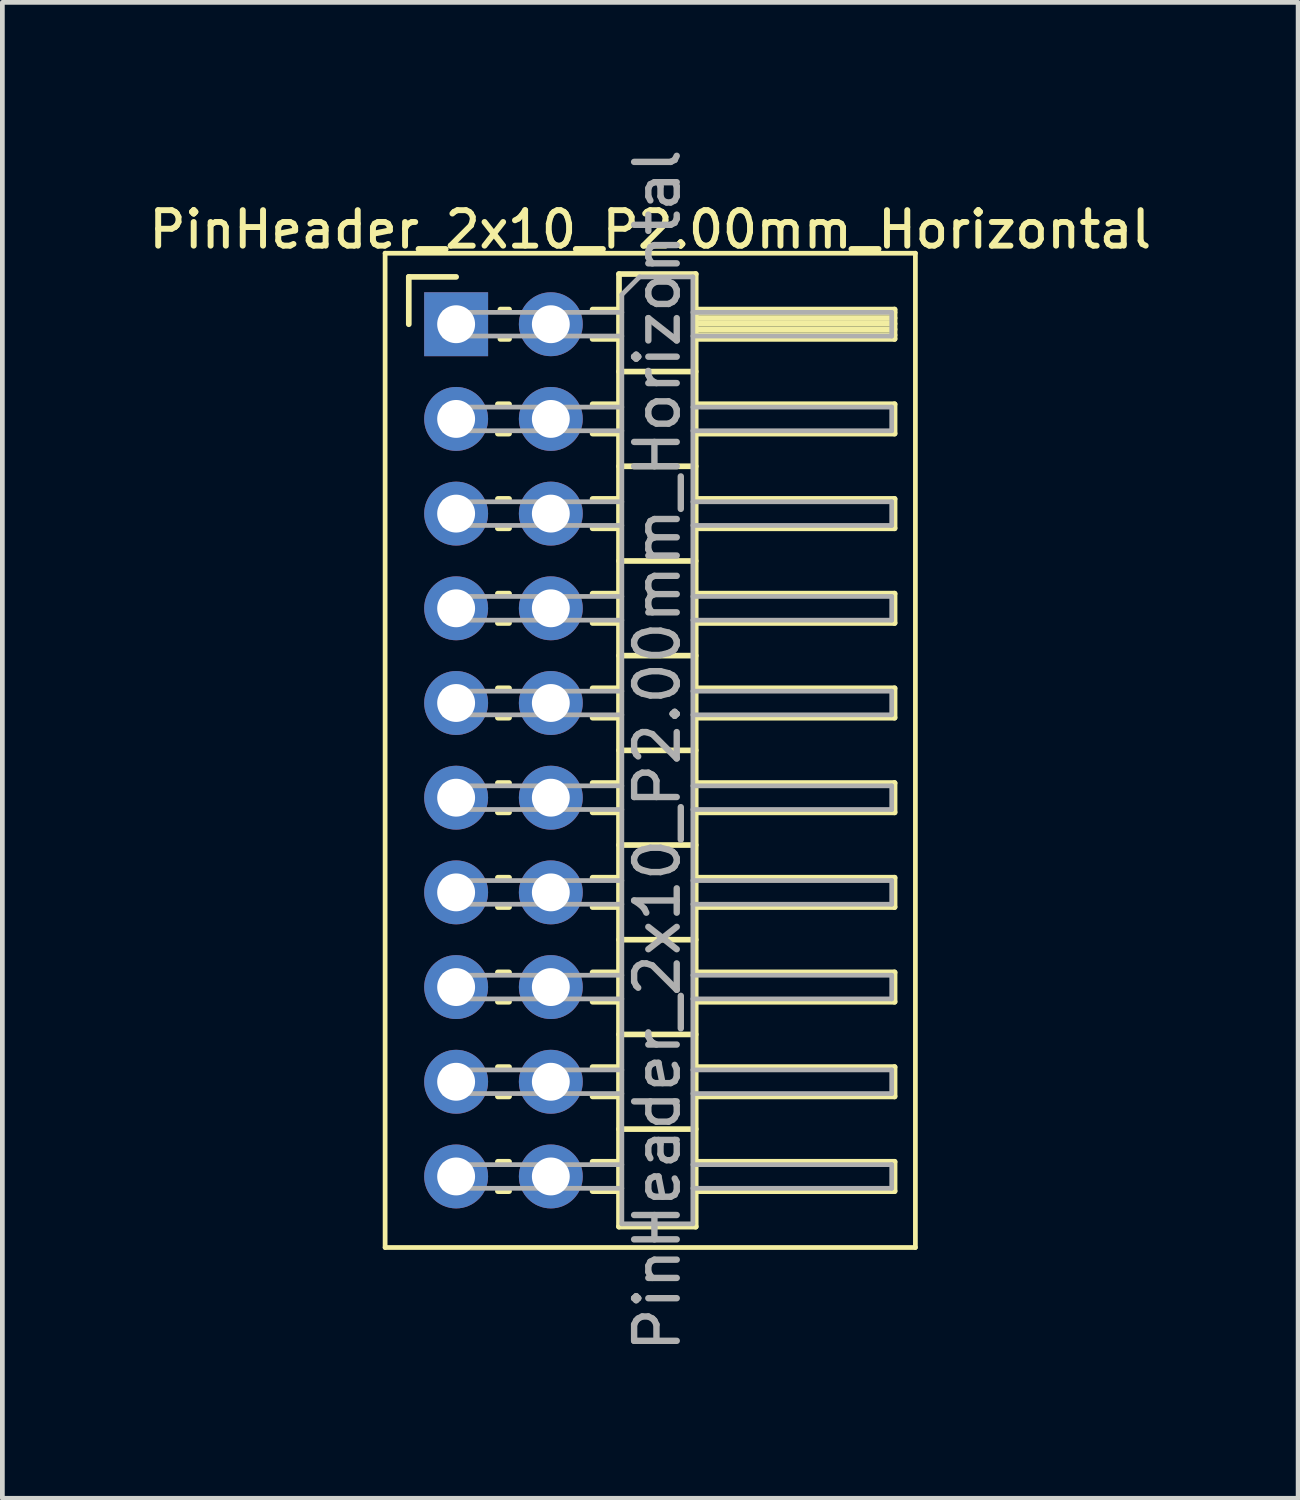
<source format=kicad_pcb>
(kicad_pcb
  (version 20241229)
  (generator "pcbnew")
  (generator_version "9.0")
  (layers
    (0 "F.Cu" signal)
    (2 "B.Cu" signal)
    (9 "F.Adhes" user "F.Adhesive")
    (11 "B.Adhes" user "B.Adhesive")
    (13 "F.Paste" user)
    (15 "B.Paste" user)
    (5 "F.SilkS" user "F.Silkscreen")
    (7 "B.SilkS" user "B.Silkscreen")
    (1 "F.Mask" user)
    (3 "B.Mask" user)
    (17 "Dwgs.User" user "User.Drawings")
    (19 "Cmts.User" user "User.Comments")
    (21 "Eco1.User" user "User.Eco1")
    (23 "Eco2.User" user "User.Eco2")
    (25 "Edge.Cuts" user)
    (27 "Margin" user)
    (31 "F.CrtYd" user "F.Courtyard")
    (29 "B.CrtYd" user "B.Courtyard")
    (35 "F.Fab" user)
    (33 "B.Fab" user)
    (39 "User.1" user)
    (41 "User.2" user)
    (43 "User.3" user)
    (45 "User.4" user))
  (footprint "PinHeader_2x10_P2.00mm_Horizontal"
    (layer "F.Cu")
    (at 6.584 3.798)
    (property "Reference" "PinHeader_2x10_P2.00mm_Horizontal" (at 4.1 -2 0) (layer "F.SilkS") (effects (font (size 0.75 0.75) (thickness 0.125))))
    (attr through_hole)
    (fp_line (start -1.5 -1.5) (end -1.5 19.5) (stroke (width 0.1) (type solid)) (layer "F.SilkS"))
    (fp_line (start -1.5 19.5) (end 9.7 19.5) (stroke (width 0.1) (type solid)) (layer "F.SilkS"))
    (fp_line (start -1 -1) (end 0 -1) (stroke (width 0.12) (type solid)) (layer "F.SilkS"))
    (fp_line (start -1 0) (end -1 -1) (stroke (width 0.12) (type solid)) (layer "F.SilkS"))
    (fp_line (start 0.882 1.69) (end 1.118 1.69) (stroke (width 0.12) (type solid)) (layer "F.SilkS"))
    (fp_line (start 0.882 2.31) (end 1.118 2.31) (stroke (width 0.12) (type solid)) (layer "F.SilkS"))
    (fp_line (start 0.882 3.69) (end 1.118 3.69) (stroke (width 0.12) (type solid)) (layer "F.SilkS"))
    (fp_line (start 0.882 4.31) (end 1.118 4.31) (stroke (width 0.12) (type solid)) (layer "F.SilkS"))
    (fp_line (start 0.882 5.69) (end 1.118 5.69) (stroke (width 0.12) (type solid)) (layer "F.SilkS"))
    (fp_line (start 0.882 6.31) (end 1.118 6.31) (stroke (width 0.12) (type solid)) (layer "F.SilkS"))
    (fp_line (start 0.882 7.69) (end 1.118 7.69) (stroke (width 0.12) (type solid)) (layer "F.SilkS"))
    (fp_line (start 0.882 8.31) (end 1.118 8.31) (stroke (width 0.12) (type solid)) (layer "F.SilkS"))
    (fp_line (start 0.882 9.69) (end 1.118 9.69) (stroke (width 0.12) (type solid)) (layer "F.SilkS"))
    (fp_line (start 0.882 10.31) (end 1.118 10.31) (stroke (width 0.12) (type solid)) (layer "F.SilkS"))
    (fp_line (start 0.882 11.69) (end 1.118 11.69) (stroke (width 0.12) (type solid)) (layer "F.SilkS"))
    (fp_line (start 0.882 12.31) (end 1.118 12.31) (stroke (width 0.12) (type solid)) (layer "F.SilkS"))
    (fp_line (start 0.882 13.69) (end 1.118 13.69) (stroke (width 0.12) (type solid)) (layer "F.SilkS"))
    (fp_line (start 0.882 14.31) (end 1.118 14.31) (stroke (width 0.12) (type solid)) (layer "F.SilkS"))
    (fp_line (start 0.882 15.69) (end 1.118 15.69) (stroke (width 0.12) (type solid)) (layer "F.SilkS"))
    (fp_line (start 0.882 16.31) (end 1.118 16.31) (stroke (width 0.12) (type solid)) (layer "F.SilkS"))
    (fp_line (start 0.882 17.69) (end 1.118 17.69) (stroke (width 0.12) (type solid)) (layer "F.SilkS"))
    (fp_line (start 0.882 18.31) (end 1.118 18.31) (stroke (width 0.12) (type solid)) (layer "F.SilkS"))
    (fp_line (start 0.935 -0.31) (end 1.118 -0.31) (stroke (width 0.12) (type solid)) (layer "F.SilkS"))
    (fp_line (start 0.935 0.31) (end 1.118 0.31) (stroke (width 0.12) (type solid)) (layer "F.SilkS"))
    (fp_line (start 2.882 -0.31) (end 3.44 -0.31) (stroke (width 0.12) (type solid)) (layer "F.SilkS"))
    (fp_line (start 2.882 0.31) (end 3.44 0.31) (stroke (width 0.12) (type solid)) (layer "F.SilkS"))
    (fp_line (start 2.882 1.69) (end 3.44 1.69) (stroke (width 0.12) (type solid)) (layer "F.SilkS"))
    (fp_line (start 2.882 2.31) (end 3.44 2.31) (stroke (width 0.12) (type solid)) (layer "F.SilkS"))
    (fp_line (start 2.882 3.69) (end 3.44 3.69) (stroke (width 0.12) (type solid)) (layer "F.SilkS"))
    (fp_line (start 2.882 4.31) (end 3.44 4.31) (stroke (width 0.12) (type solid)) (layer "F.SilkS"))
    (fp_line (start 2.882 5.69) (end 3.44 5.69) (stroke (width 0.12) (type solid)) (layer "F.SilkS"))
    (fp_line (start 2.882 6.31) (end 3.44 6.31) (stroke (width 0.12) (type solid)) (layer "F.SilkS"))
    (fp_line (start 2.882 7.69) (end 3.44 7.69) (stroke (width 0.12) (type solid)) (layer "F.SilkS"))
    (fp_line (start 2.882 8.31) (end 3.44 8.31) (stroke (width 0.12) (type solid)) (layer "F.SilkS"))
    (fp_line (start 2.882 9.69) (end 3.44 9.69) (stroke (width 0.12) (type solid)) (layer "F.SilkS"))
    (fp_line (start 2.882 10.31) (end 3.44 10.31) (stroke (width 0.12) (type solid)) (layer "F.SilkS"))
    (fp_line (start 2.882 11.69) (end 3.44 11.69) (stroke (width 0.12) (type solid)) (layer "F.SilkS"))
    (fp_line (start 2.882 12.31) (end 3.44 12.31) (stroke (width 0.12) (type solid)) (layer "F.SilkS"))
    (fp_line (start 2.882 13.69) (end 3.44 13.69) (stroke (width 0.12) (type solid)) (layer "F.SilkS"))
    (fp_line (start 2.882 14.31) (end 3.44 14.31) (stroke (width 0.12) (type solid)) (layer "F.SilkS"))
    (fp_line (start 2.882 15.69) (end 3.44 15.69) (stroke (width 0.12) (type solid)) (layer "F.SilkS"))
    (fp_line (start 2.882 16.31) (end 3.44 16.31) (stroke (width 0.12) (type solid)) (layer "F.SilkS"))
    (fp_line (start 2.882 17.69) (end 3.44 17.69) (stroke (width 0.12) (type solid)) (layer "F.SilkS"))
    (fp_line (start 2.882 18.31) (end 3.44 18.31) (stroke (width 0.12) (type solid)) (layer "F.SilkS"))
    (fp_line (start 3.44 -1.06) (end 3.44 19.06) (stroke (width 0.12) (type solid)) (layer "F.SilkS"))
    (fp_line (start 3.44 1) (end 5.06 1) (stroke (width 0.12) (type solid)) (layer "F.SilkS"))
    (fp_line (start 3.44 3) (end 5.06 3) (stroke (width 0.12) (type solid)) (layer "F.SilkS"))
    (fp_line (start 3.44 5) (end 5.06 5) (stroke (width 0.12) (type solid)) (layer "F.SilkS"))
    (fp_line (start 3.44 7) (end 5.06 7) (stroke (width 0.12) (type solid)) (layer "F.SilkS"))
    (fp_line (start 3.44 9) (end 5.06 9) (stroke (width 0.12) (type solid)) (layer "F.SilkS"))
    (fp_line (start 3.44 11) (end 5.06 11) (stroke (width 0.12) (type solid)) (layer "F.SilkS"))
    (fp_line (start 3.44 13) (end 5.06 13) (stroke (width 0.12) (type solid)) (layer "F.SilkS"))
    (fp_line (start 3.44 15) (end 5.06 15) (stroke (width 0.12) (type solid)) (layer "F.SilkS"))
    (fp_line (start 3.44 17) (end 5.06 17) (stroke (width 0.12) (type solid)) (layer "F.SilkS"))
    (fp_line (start 3.44 19.06) (end 5.06 19.06) (stroke (width 0.12) (type solid)) (layer "F.SilkS"))
    (fp_line (start 5.06 -1.06) (end 3.44 -1.06) (stroke (width 0.12) (type solid)) (layer "F.SilkS"))
    (fp_line (start 5.06 -0.31) (end 9.26 -0.31) (stroke (width 0.12) (type solid)) (layer "F.SilkS"))
    (fp_line (start 5.06 -0.25) (end 9.26 -0.25) (stroke (width 0.12) (type solid)) (layer "F.SilkS"))
    (fp_line (start 5.06 -0.13) (end 9.26 -0.13) (stroke (width 0.12) (type solid)) (layer "F.SilkS"))
    (fp_line (start 5.06 -0.01) (end 9.26 -0.01) (stroke (width 0.12) (type solid)) (layer "F.SilkS"))
    (fp_line (start 5.06 0.11) (end 9.26 0.11) (stroke (width 0.12) (type solid)) (layer "F.SilkS"))
    (fp_line (start 5.06 0.23) (end 9.26 0.23) (stroke (width 0.12) (type solid)) (layer "F.SilkS"))
    (fp_line (start 5.06 1.69) (end 9.26 1.69) (stroke (width 0.12) (type solid)) (layer "F.SilkS"))
    (fp_line (start 5.06 3.69) (end 9.26 3.69) (stroke (width 0.12) (type solid)) (layer "F.SilkS"))
    (fp_line (start 5.06 5.69) (end 9.26 5.69) (stroke (width 0.12) (type solid)) (layer "F.SilkS"))
    (fp_line (start 5.06 7.69) (end 9.26 7.69) (stroke (width 0.12) (type solid)) (layer "F.SilkS"))
    (fp_line (start 5.06 9.69) (end 9.26 9.69) (stroke (width 0.12) (type solid)) (layer "F.SilkS"))
    (fp_line (start 5.06 11.69) (end 9.26 11.69) (stroke (width 0.12) (type solid)) (layer "F.SilkS"))
    (fp_line (start 5.06 13.69) (end 9.26 13.69) (stroke (width 0.12) (type solid)) (layer "F.SilkS"))
    (fp_line (start 5.06 15.69) (end 9.26 15.69) (stroke (width 0.12) (type solid)) (layer "F.SilkS"))
    (fp_line (start 5.06 17.69) (end 9.26 17.69) (stroke (width 0.12) (type solid)) (layer "F.SilkS"))
    (fp_line (start 5.06 19.06) (end 5.06 -1.06) (stroke (width 0.12) (type solid)) (layer "F.SilkS"))
    (fp_line (start 9.26 -0.31) (end 9.26 0.31) (stroke (width 0.12) (type solid)) (layer "F.SilkS"))
    (fp_line (start 9.26 0.31) (end 5.06 0.31) (stroke (width 0.12) (type solid)) (layer "F.SilkS"))
    (fp_line (start 9.26 1.69) (end 9.26 2.31) (stroke (width 0.12) (type solid)) (layer "F.SilkS"))
    (fp_line (start 9.26 2.31) (end 5.06 2.31) (stroke (width 0.12) (type solid)) (layer "F.SilkS"))
    (fp_line (start 9.26 3.69) (end 9.26 4.31) (stroke (width 0.12) (type solid)) (layer "F.SilkS"))
    (fp_line (start 9.26 4.31) (end 5.06 4.31) (stroke (width 0.12) (type solid)) (layer "F.SilkS"))
    (fp_line (start 9.26 5.69) (end 9.26 6.31) (stroke (width 0.12) (type solid)) (layer "F.SilkS"))
    (fp_line (start 9.26 6.31) (end 5.06 6.31) (stroke (width 0.12) (type solid)) (layer "F.SilkS"))
    (fp_line (start 9.26 7.69) (end 9.26 8.31) (stroke (width 0.12) (type solid)) (layer "F.SilkS"))
    (fp_line (start 9.26 8.31) (end 5.06 8.31) (stroke (width 0.12) (type solid)) (layer "F.SilkS"))
    (fp_line (start 9.26 9.69) (end 9.26 10.31) (stroke (width 0.12) (type solid)) (layer "F.SilkS"))
    (fp_line (start 9.26 10.31) (end 5.06 10.31) (stroke (width 0.12) (type solid)) (layer "F.SilkS"))
    (fp_line (start 9.26 11.69) (end 9.26 12.31) (stroke (width 0.12) (type solid)) (layer "F.SilkS"))
    (fp_line (start 9.26 12.31) (end 5.06 12.31) (stroke (width 0.12) (type solid)) (layer "F.SilkS"))
    (fp_line (start 9.26 13.69) (end 9.26 14.31) (stroke (width 0.12) (type solid)) (layer "F.SilkS"))
    (fp_line (start 9.26 14.31) (end 5.06 14.31) (stroke (width 0.12) (type solid)) (layer "F.SilkS"))
    (fp_line (start 9.26 15.69) (end 9.26 16.31) (stroke (width 0.12) (type solid)) (layer "F.SilkS"))
    (fp_line (start 9.26 16.31) (end 5.06 16.31) (stroke (width 0.12) (type solid)) (layer "F.SilkS"))
    (fp_line (start 9.26 17.69) (end 9.26 18.31) (stroke (width 0.12) (type solid)) (layer "F.SilkS"))
    (fp_line (start 9.26 18.31) (end 5.06 18.31) (stroke (width 0.12) (type solid)) (layer "F.SilkS"))
    (fp_line (start 9.7 -1.5) (end -1.5 -1.5) (stroke (width 0.1) (type solid)) (layer "F.SilkS"))
    (fp_line (start 9.7 19.5) (end 9.7 -1.5) (stroke (width 0.1) (type solid)) (layer "F.SilkS"))
    (fp_line (start -0.25 -0.25) (end -0.25 0.25) (stroke (width 0.1) (type solid)) (layer "F.Fab"))
    (fp_line (start -0.25 -0.25) (end 3.5 -0.25) (stroke (width 0.1) (type solid)) (layer "F.Fab"))
    (fp_line (start -0.25 0.25) (end 3.5 0.25) (stroke (width 0.1) (type solid)) (layer "F.Fab"))
    (fp_line (start -0.25 1.75) (end -0.25 2.25) (stroke (width 0.1) (type solid)) (layer "F.Fab"))
    (fp_line (start -0.25 1.75) (end 3.5 1.75) (stroke (width 0.1) (type solid)) (layer "F.Fab"))
    (fp_line (start -0.25 2.25) (end 3.5 2.25) (stroke (width 0.1) (type solid)) (layer "F.Fab"))
    (fp_line (start -0.25 3.75) (end -0.25 4.25) (stroke (width 0.1) (type solid)) (layer "F.Fab"))
    (fp_line (start -0.25 3.75) (end 3.5 3.75) (stroke (width 0.1) (type solid)) (layer "F.Fab"))
    (fp_line (start -0.25 4.25) (end 3.5 4.25) (stroke (width 0.1) (type solid)) (layer "F.Fab"))
    (fp_line (start -0.25 5.75) (end -0.25 6.25) (stroke (width 0.1) (type solid)) (layer "F.Fab"))
    (fp_line (start -0.25 5.75) (end 3.5 5.75) (stroke (width 0.1) (type solid)) (layer "F.Fab"))
    (fp_line (start -0.25 6.25) (end 3.5 6.25) (stroke (width 0.1) (type solid)) (layer "F.Fab"))
    (fp_line (start -0.25 7.75) (end -0.25 8.25) (stroke (width 0.1) (type solid)) (layer "F.Fab"))
    (fp_line (start -0.25 7.75) (end 3.5 7.75) (stroke (width 0.1) (type solid)) (layer "F.Fab"))
    (fp_line (start -0.25 8.25) (end 3.5 8.25) (stroke (width 0.1) (type solid)) (layer "F.Fab"))
    (fp_line (start -0.25 9.75) (end -0.25 10.25) (stroke (width 0.1) (type solid)) (layer "F.Fab"))
    (fp_line (start -0.25 9.75) (end 3.5 9.75) (stroke (width 0.1) (type solid)) (layer "F.Fab"))
    (fp_line (start -0.25 10.25) (end 3.5 10.25) (stroke (width 0.1) (type solid)) (layer "F.Fab"))
    (fp_line (start -0.25 11.75) (end -0.25 12.25) (stroke (width 0.1) (type solid)) (layer "F.Fab"))
    (fp_line (start -0.25 11.75) (end 3.5 11.75) (stroke (width 0.1) (type solid)) (layer "F.Fab"))
    (fp_line (start -0.25 12.25) (end 3.5 12.25) (stroke (width 0.1) (type solid)) (layer "F.Fab"))
    (fp_line (start -0.25 13.75) (end -0.25 14.25) (stroke (width 0.1) (type solid)) (layer "F.Fab"))
    (fp_line (start -0.25 13.75) (end 3.5 13.75) (stroke (width 0.1) (type solid)) (layer "F.Fab"))
    (fp_line (start -0.25 14.25) (end 3.5 14.25) (stroke (width 0.1) (type solid)) (layer "F.Fab"))
    (fp_line (start -0.25 15.75) (end -0.25 16.25) (stroke (width 0.1) (type solid)) (layer "F.Fab"))
    (fp_line (start -0.25 15.75) (end 3.5 15.75) (stroke (width 0.1) (type solid)) (layer "F.Fab"))
    (fp_line (start -0.25 16.25) (end 3.5 16.25) (stroke (width 0.1) (type solid)) (layer "F.Fab"))
    (fp_line (start -0.25 17.75) (end -0.25 18.25) (stroke (width 0.1) (type solid)) (layer "F.Fab"))
    (fp_line (start -0.25 17.75) (end 3.5 17.75) (stroke (width 0.1) (type solid)) (layer "F.Fab"))
    (fp_line (start -0.25 18.25) (end 3.5 18.25) (stroke (width 0.1) (type solid)) (layer "F.Fab"))
    (fp_line (start 3.5 -0.625) (end 3.875 -1) (stroke (width 0.1) (type solid)) (layer "F.Fab"))
    (fp_line (start 3.5 19) (end 3.5 -0.625) (stroke (width 0.1) (type solid)) (layer "F.Fab"))
    (fp_line (start 3.875 -1) (end 5 -1) (stroke (width 0.1) (type solid)) (layer "F.Fab"))
    (fp_line (start 5 -1) (end 5 19) (stroke (width 0.1) (type solid)) (layer "F.Fab"))
    (fp_line (start 5 -0.25) (end 9.2 -0.25) (stroke (width 0.1) (type solid)) (layer "F.Fab"))
    (fp_line (start 5 0.25) (end 9.2 0.25) (stroke (width 0.1) (type solid)) (layer "F.Fab"))
    (fp_line (start 5 1.75) (end 9.2 1.75) (stroke (width 0.1) (type solid)) (layer "F.Fab"))
    (fp_line (start 5 2.25) (end 9.2 2.25) (stroke (width 0.1) (type solid)) (layer "F.Fab"))
    (fp_line (start 5 3.75) (end 9.2 3.75) (stroke (width 0.1) (type solid)) (layer "F.Fab"))
    (fp_line (start 5 4.25) (end 9.2 4.25) (stroke (width 0.1) (type solid)) (layer "F.Fab"))
    (fp_line (start 5 5.75) (end 9.2 5.75) (stroke (width 0.1) (type solid)) (layer "F.Fab"))
    (fp_line (start 5 6.25) (end 9.2 6.25) (stroke (width 0.1) (type solid)) (layer "F.Fab"))
    (fp_line (start 5 7.75) (end 9.2 7.75) (stroke (width 0.1) (type solid)) (layer "F.Fab"))
    (fp_line (start 5 8.25) (end 9.2 8.25) (stroke (width 0.1) (type solid)) (layer "F.Fab"))
    (fp_line (start 5 9.75) (end 9.2 9.75) (stroke (width 0.1) (type solid)) (layer "F.Fab"))
    (fp_line (start 5 10.25) (end 9.2 10.25) (stroke (width 0.1) (type solid)) (layer "F.Fab"))
    (fp_line (start 5 11.75) (end 9.2 11.75) (stroke (width 0.1) (type solid)) (layer "F.Fab"))
    (fp_line (start 5 12.25) (end 9.2 12.25) (stroke (width 0.1) (type solid)) (layer "F.Fab"))
    (fp_line (start 5 13.75) (end 9.2 13.75) (stroke (width 0.1) (type solid)) (layer "F.Fab"))
    (fp_line (start 5 14.25) (end 9.2 14.25) (stroke (width 0.1) (type solid)) (layer "F.Fab"))
    (fp_line (start 5 15.75) (end 9.2 15.75) (stroke (width 0.1) (type solid)) (layer "F.Fab"))
    (fp_line (start 5 16.25) (end 9.2 16.25) (stroke (width 0.1) (type solid)) (layer "F.Fab"))
    (fp_line (start 5 17.75) (end 9.2 17.75) (stroke (width 0.1) (type solid)) (layer "F.Fab"))
    (fp_line (start 5 18.25) (end 9.2 18.25) (stroke (width 0.1) (type solid)) (layer "F.Fab"))
    (fp_line (start 5 19) (end 3.5 19) (stroke (width 0.1) (type solid)) (layer "F.Fab"))
    (fp_line (start 9.2 -0.25) (end 9.2 0.25) (stroke (width 0.1) (type solid)) (layer "F.Fab"))
    (fp_line (start 9.2 1.75) (end 9.2 2.25) (stroke (width 0.1) (type solid)) (layer "F.Fab"))
    (fp_line (start 9.2 3.75) (end 9.2 4.25) (stroke (width 0.1) (type solid)) (layer "F.Fab"))
    (fp_line (start 9.2 5.75) (end 9.2 6.25) (stroke (width 0.1) (type solid)) (layer "F.Fab"))
    (fp_line (start 9.2 7.75) (end 9.2 8.25) (stroke (width 0.1) (type solid)) (layer "F.Fab"))
    (fp_line (start 9.2 9.75) (end 9.2 10.25) (stroke (width 0.1) (type solid)) (layer "F.Fab"))
    (fp_line (start 9.2 11.75) (end 9.2 12.25) (stroke (width 0.1) (type solid)) (layer "F.Fab"))
    (fp_line (start 9.2 13.75) (end 9.2 14.25) (stroke (width 0.1) (type solid)) (layer "F.Fab"))
    (fp_line (start 9.2 15.75) (end 9.2 16.25) (stroke (width 0.1) (type solid)) (layer "F.Fab"))
    (fp_line (start 9.2 17.75) (end 9.2 18.25) (stroke (width 0.1) (type solid)) (layer "F.Fab"))
    (fp_text user "${REFERENCE}" (at 4.25 9 90) (layer "F.Fab") (effects (font (size 0.9 0.9) (thickness 0.135))))
    (pad "1" thru_hole rect (at 0 0) (size 1.35 1.35) (drill 0.8) (layers "*.Cu" "*.Mask"))
    (pad "2" thru_hole oval (at 2 0) (size 1.35 1.35) (drill 0.8) (layers "*.Cu" "*.Mask"))
    (pad "3" thru_hole oval (at 0 2) (size 1.35 1.35) (drill 0.8) (layers "*.Cu" "*.Mask"))
    (pad "4" thru_hole oval (at 2 2) (size 1.35 1.35) (drill 0.8) (layers "*.Cu" "*.Mask"))
    (pad "5" thru_hole oval (at 0 4) (size 1.35 1.35) (drill 0.8) (layers "*.Cu" "*.Mask"))
    (pad "6" thru_hole oval (at 2 4) (size 1.35 1.35) (drill 0.8) (layers "*.Cu" "*.Mask"))
    (pad "7" thru_hole oval (at 0 6) (size 1.35 1.35) (drill 0.8) (layers "*.Cu" "*.Mask"))
    (pad "8" thru_hole oval (at 2 6) (size 1.35 1.35) (drill 0.8) (layers "*.Cu" "*.Mask"))
    (pad "9" thru_hole oval (at 0 8) (size 1.35 1.35) (drill 0.8) (layers "*.Cu" "*.Mask"))
    (pad "10" thru_hole oval (at 2 8) (size 1.35 1.35) (drill 0.8) (layers "*.Cu" "*.Mask"))
    (pad "11" thru_hole oval (at 0 10) (size 1.35 1.35) (drill 0.8) (layers "*.Cu" "*.Mask"))
    (pad "12" thru_hole oval (at 2 10) (size 1.35 1.35) (drill 0.8) (layers "*.Cu" "*.Mask"))
    (pad "13" thru_hole oval (at 0 12) (size 1.35 1.35) (drill 0.8) (layers "*.Cu" "*.Mask"))
    (pad "14" thru_hole oval (at 2 12) (size 1.35 1.35) (drill 0.8) (layers "*.Cu" "*.Mask"))
    (pad "15" thru_hole oval (at 0 14) (size 1.35 1.35) (drill 0.8) (layers "*.Cu" "*.Mask"))
    (pad "16" thru_hole oval (at 2 14) (size 1.35 1.35) (drill 0.8) (layers "*.Cu" "*.Mask"))
    (pad "17" thru_hole oval (at 0 16) (size 1.35 1.35) (drill 0.8) (layers "*.Cu" "*.Mask"))
    (pad "18" thru_hole oval (at 2 16) (size 1.35 1.35) (drill 0.8) (layers "*.Cu" "*.Mask"))
    (pad "19" thru_hole oval (at 0 18) (size 1.35 1.35) (drill 0.8) (layers "*.Cu" "*.Mask"))
    (pad "20" thru_hole oval (at 2 18) (size 1.35 1.35) (drill 0.8) (layers "*.Cu" "*.Mask")))
  (gr_rect
    (start -3 -3)
    (end 24.368 28.596)
    (stroke (width 0.1) (type default))
    (fill no)
    (layer "Edge.Cuts")))
</source>
